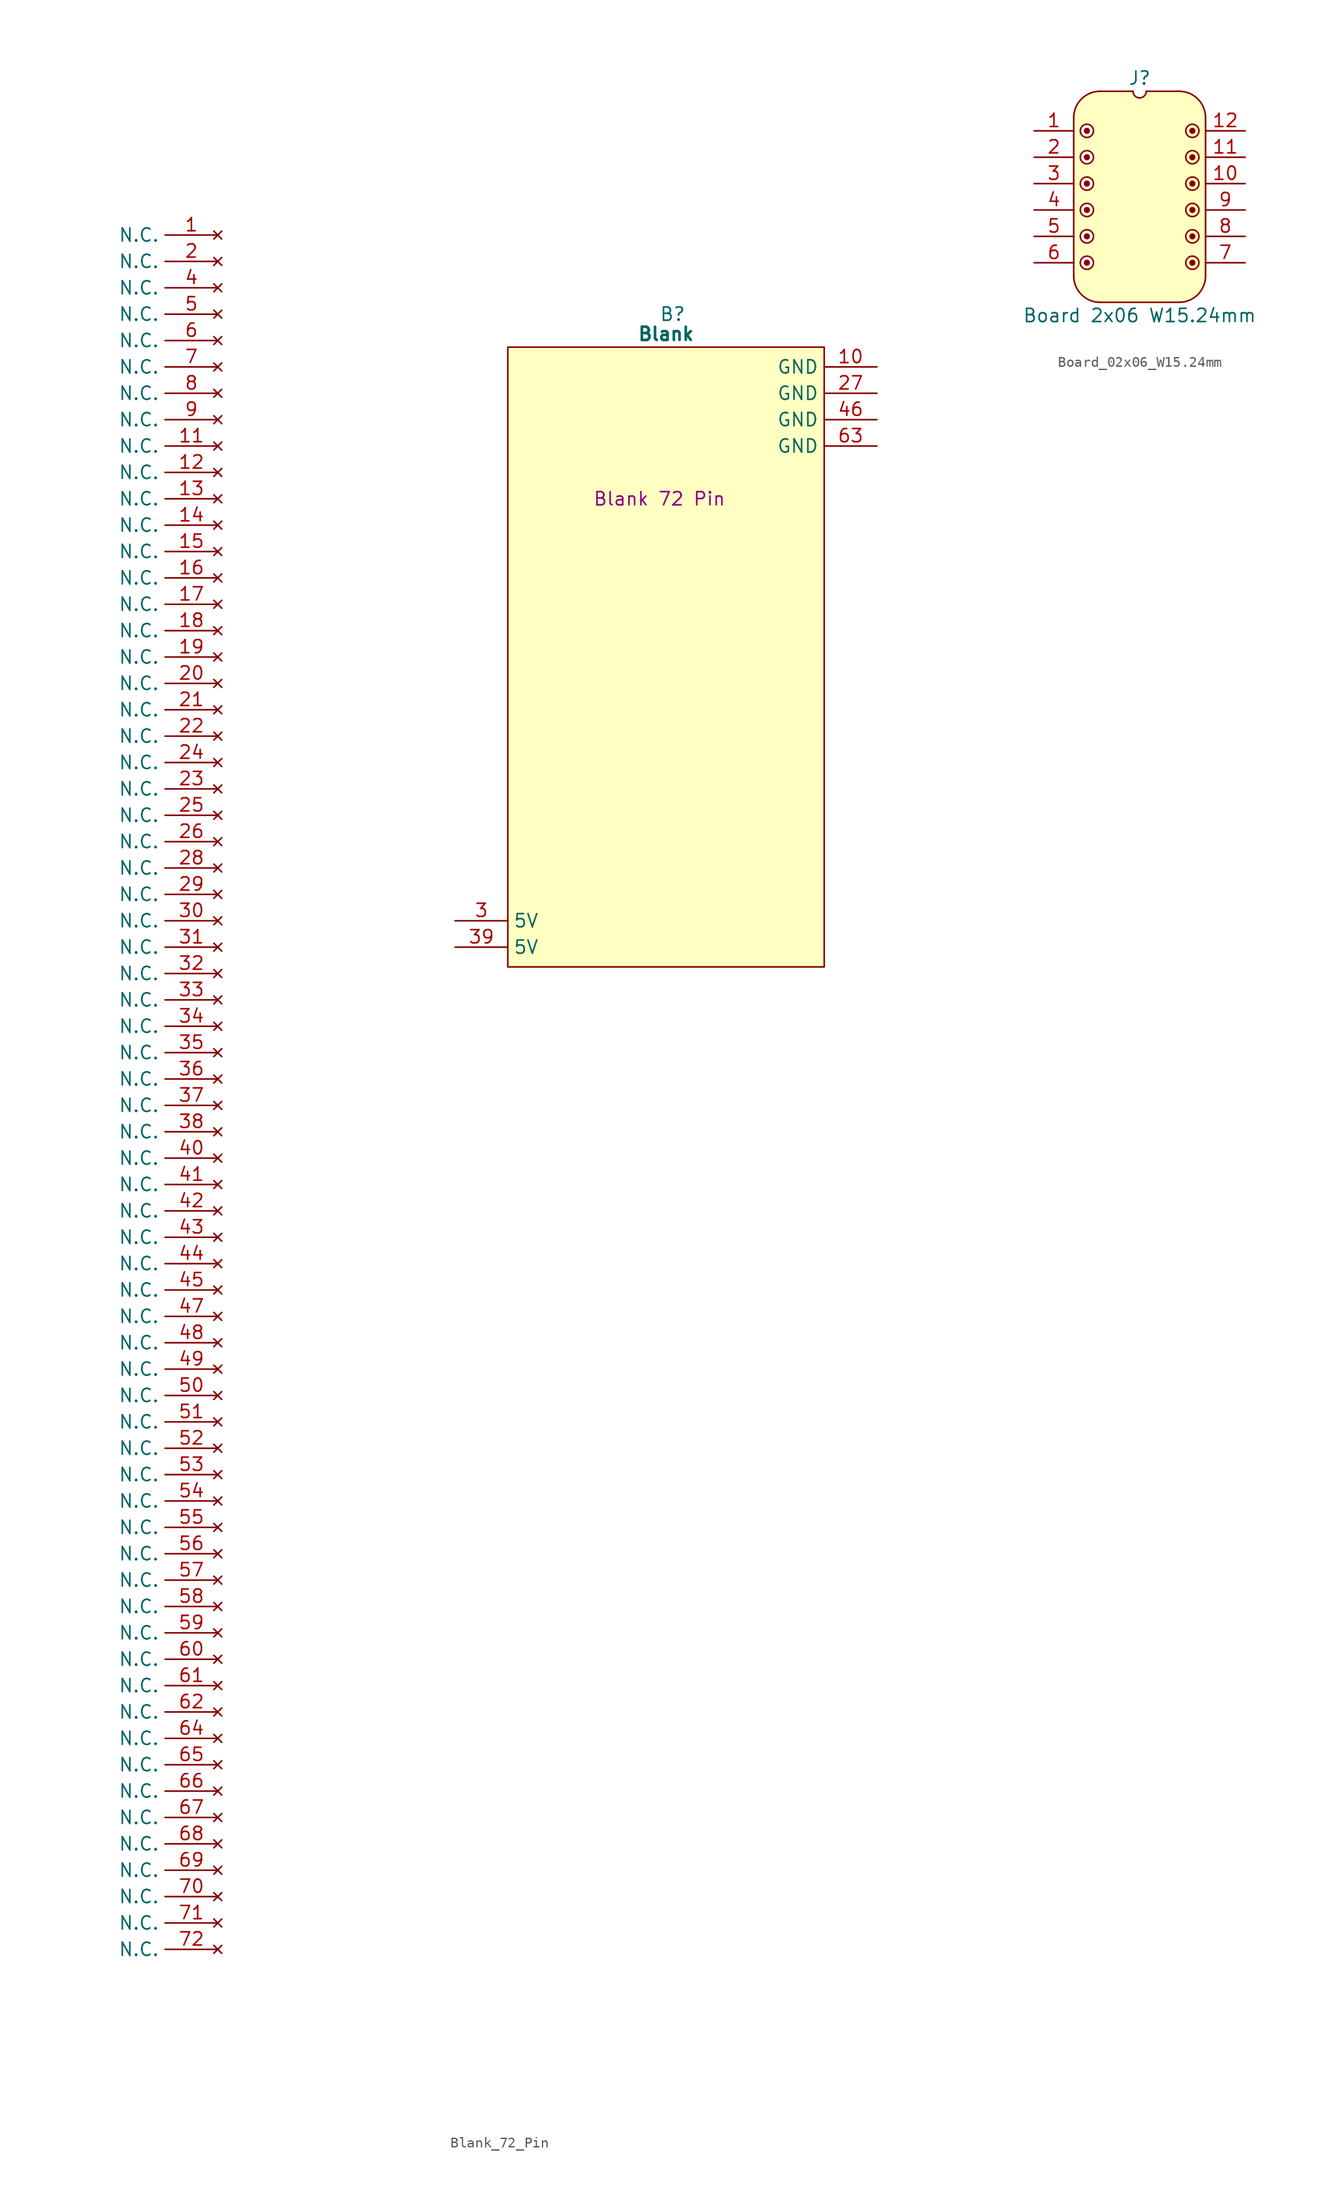
<source format=kicad_sym>
(kicad_symbol_lib
  (version 20241209)
  (generator "kicad_symbol_editor")
  (generator_version "9.0")
  (symbol "Blank_72_Pin"
    (property "Reference" "B"
      (at 15.875 5.08 0)
      (effects (font (size 1.27 1.27))))
    (property "Value" "Blank"
      (at 15.24 3.175 0)
      (effects (font (size 1.27 1.27) (bold yes))))
    (property "Description" "Blank 72 Pin"
      (at 14.605 -12.7 0)
      (effects (font (size 1.27 1.27))))
    (symbol "Blank_72_Pin_0_1"
      (polyline (pts (xy 0 1.905) (xy 30.48 1.905) (xy 30.48 -57.785) (xy 0 -57.785) (xy 0 1.905)) (stroke (width 0.152) (type default)) (fill (type background))))
    (symbol "Blank_72_Pin_1_0"
      (pin no_connect line (at -27.94 -58.42 180) (length 5.08) (name "N.C." (effects (font (size 1.27 1.27)))) (number "32" (effects (font (size 1.27 1.27)))))
      (pin no_connect line (at -27.94 -60.96 180) (length 5.08) (name "N.C." (effects (font (size 1.27 1.27)))) (number "33" (effects (font (size 1.27 1.27)))))
      (pin no_connect line (at -27.94 -63.5 180) (length 5.08) (name "N.C." (effects (font (size 1.27 1.27)))) (number "34" (effects (font (size 1.27 1.27)))))
      (pin no_connect line (at -27.94 -68.58 180) (length 5.08) (name "N.C." (effects (font (size 1.27 1.27)))) (number "36" (effects (font (size 1.27 1.27)))))
      (pin no_connect line (at -27.94 -71.12 180) (length 5.08) (name "N.C." (effects (font (size 1.27 1.27)))) (number "37" (effects (font (size 1.27 1.27)))))
      (pin no_connect line (at -27.94 -73.66 180) (length 5.08) (name "N.C." (effects (font (size 1.27 1.27)))) (number "38" (effects (font (size 1.27 1.27)))))
      (pin no_connect line (at -27.94 -88.9 180) (length 5.08) (name "N.C." (effects (font (size 1.27 1.27)))) (number "45" (effects (font (size 1.27 1.27)))))
      (pin no_connect line (at -27.94 -109.22 180) (length 5.08) (name "N.C." (effects (font (size 1.27 1.27)))) (number "54" (effects (font (size 1.27 1.27)))))
      (pin no_connect line (at -27.94 -114.3 180) (length 5.08) (name "N.C." (effects (font (size 1.27 1.27)))) (number "56" (effects (font (size 1.27 1.27)))))
      (pin no_connect line (at -27.94 -116.84 180) (length 5.08) (name "N.C." (effects (font (size 1.27 1.27)))) (number "57" (effects (font (size 1.27 1.27)))))
      (pin no_connect line (at -27.94 -119.38 180) (length 5.08) (name "N.C." (effects (font (size 1.27 1.27)))) (number "58" (effects (font (size 1.27 1.27)))))
      (pin no_connect line (at -27.94 -121.92 180) (length 5.08) (name "N.C." (effects (font (size 1.27 1.27)))) (number "59" (effects (font (size 1.27 1.27)))))
      (pin no_connect line (at -27.94 -124.46 180) (length 5.08) (name "N.C." (effects (font (size 1.27 1.27)))) (number "60" (effects (font (size 1.27 1.27)))))
      (pin no_connect line (at -27.94 -127 180) (length 5.08) (name "N.C." (effects (font (size 1.27 1.27)))) (number "61" (effects (font (size 1.27 1.27)))))
      (pin no_connect line (at -27.94 -134.62 180) (length 5.08) (name "N.C." (effects (font (size 1.27 1.27)))) (number "65" (effects (font (size 1.27 1.27)))))
      (pin no_connect line (at -27.94 -137.16 180) (length 5.08) (name "N.C." (effects (font (size 1.27 1.27)))) (number "66" (effects (font (size 1.27 1.27)))))
      (pin no_connect line (at -27.94 -139.7 180) (length 5.08) (name "N.C." (effects (font (size 1.27 1.27)))) (number "67" (effects (font (size 1.27 1.27)))))
      (pin no_connect line (at -27.94 -142.24 180) (length 5.08) (name "N.C." (effects (font (size 1.27 1.27)))) (number "68" (effects (font (size 1.27 1.27)))))
      (pin passive line (at -5.08 -55.88 0) (length 5.08) (name "5V" (effects (font (size 1.27 1.27)))) (number "39" (effects (font (size 1.27 1.27))))))
    (symbol "Blank_72_Pin_1_1"
      (pin no_connect line (at -27.94 12.7 180) (length 5.08) (name "N.C." (effects (font (size 1.27 1.27)))) (number "1" (effects (font (size 1.27 1.27)))))
      (pin no_connect line (at -27.94 10.16 180) (length 5.08) (name "N.C." (effects (font (size 1.27 1.27)))) (number "2" (effects (font (size 1.27 1.27)))))
      (pin no_connect line (at -27.94 7.62 180) (length 5.08) (name "N.C." (effects (font (size 1.27 1.27)))) (number "4" (effects (font (size 1.27 1.27)))))
      (pin no_connect line (at -27.94 5.08 180) (length 5.08) (name "N.C." (effects (font (size 1.27 1.27)))) (number "5" (effects (font (size 1.27 1.27)))))
      (pin no_connect line (at -27.94 2.54 180) (length 5.08) (name "N.C." (effects (font (size 1.27 1.27)))) (number "6" (effects (font (size 1.27 1.27)))))
      (pin no_connect line (at -27.94 0 180) (length 5.08) (name "N.C." (effects (font (size 1.27 1.27)))) (number "7" (effects (font (size 1.27 1.27)))))
      (pin no_connect line (at -27.94 -2.54 180) (length 5.08) (name "N.C." (effects (font (size 1.27 1.27)))) (number "8" (effects (font (size 1.27 1.27)))))
      (pin no_connect line (at -27.94 -5.08 180) (length 5.08) (name "N.C." (effects (font (size 1.27 1.27)))) (number "9" (effects (font (size 1.27 1.27)))))
      (pin no_connect line (at -27.94 -7.62 180) (length 5.08) (name "N.C." (effects (font (size 1.27 1.27)))) (number "11" (effects (font (size 1.27 1.27)))))
      (pin no_connect line (at -27.94 -10.16 180) (length 5.08) (name "N.C." (effects (font (size 1.27 1.27)))) (number "12" (effects (font (size 1.27 1.27)))))
      (pin no_connect line (at -27.94 -12.7 180) (length 5.08) (name "N.C." (effects (font (size 1.27 1.27)))) (number "13" (effects (font (size 1.27 1.27)))))
      (pin no_connect line (at -27.94 -15.24 180) (length 5.08) (name "N.C." (effects (font (size 1.27 1.27)))) (number "14" (effects (font (size 1.27 1.27)))))
      (pin no_connect line (at -27.94 -17.78 180) (length 5.08) (name "N.C." (effects (font (size 1.27 1.27)))) (number "15" (effects (font (size 1.27 1.27)))))
      (pin no_connect line (at -27.94 -20.32 180) (length 5.08) (name "N.C." (effects (font (size 1.27 1.27)))) (number "16" (effects (font (size 1.27 1.27)))))
      (pin no_connect line (at -27.94 -22.86 180) (length 5.08) (name "N.C." (effects (font (size 1.27 1.27)))) (number "17" (effects (font (size 1.27 1.27)))))
      (pin no_connect line (at -27.94 -25.4 180) (length 5.08) (name "N.C." (effects (font (size 1.27 1.27)))) (number "18" (effects (font (size 1.27 1.27)))))
      (pin no_connect line (at -27.94 -27.94 180) (length 5.08) (name "N.C." (effects (font (size 1.27 1.27)))) (number "19" (effects (font (size 1.27 1.27)))))
      (pin no_connect line (at -27.94 -30.48 180) (length 5.08) (name "N.C." (effects (font (size 1.27 1.27)))) (number "20" (effects (font (size 1.27 1.27)))))
      (pin no_connect line (at -27.94 -33.02 180) (length 5.08) (name "N.C." (effects (font (size 1.27 1.27)))) (number "21" (effects (font (size 1.27 1.27)))))
      (pin no_connect line (at -27.94 -35.56 180) (length 5.08) (name "N.C." (effects (font (size 1.27 1.27)))) (number "22" (effects (font (size 1.27 1.27)))))
      (pin no_connect line (at -27.94 -38.1 180) (length 5.08) (name "N.C." (effects (font (size 1.27 1.27)))) (number "24" (effects (font (size 1.27 1.27)))))
      (pin no_connect line (at -27.94 -40.64 180) (length 5.08) (name "N.C." (effects (font (size 1.27 1.27)))) (number "23" (effects (font (size 1.27 1.27)))))
      (pin no_connect line (at -27.94 -43.18 180) (length 5.08) (name "N.C." (effects (font (size 1.27 1.27)))) (number "25" (effects (font (size 1.27 1.27)))))
      (pin no_connect line (at -27.94 -45.72 180) (length 5.08) (name "N.C." (effects (font (size 1.27 1.27)))) (number "26" (effects (font (size 1.27 1.27)))))
      (pin no_connect line (at -27.94 -48.26 180) (length 5.08) (name "N.C." (effects (font (size 1.27 1.27)))) (number "28" (effects (font (size 1.27 1.27)))))
      (pin no_connect line (at -27.94 -50.8 180) (length 5.08) (name "N.C." (effects (font (size 1.27 1.27)))) (number "29" (effects (font (size 1.27 1.27)))))
      (pin no_connect line (at -27.94 -53.34 180) (length 5.08) (name "N.C." (effects (font (size 1.27 1.27)))) (number "30" (effects (font (size 1.27 1.27)))))
      (pin no_connect line (at -27.94 -55.88 180) (length 5.08) (name "N.C." (effects (font (size 1.27 1.27)))) (number "31" (effects (font (size 1.27 1.27)))))
      (pin no_connect line (at -27.94 -66.04 180) (length 5.08) (name "N.C." (effects (font (size 1.27 1.27)))) (number "35" (effects (font (size 1.27 1.27)))))
      (pin no_connect line (at -27.94 -76.2 180) (length 5.08) (name "N.C." (effects (font (size 1.27 1.27)))) (number "40" (effects (font (size 1.27 1.27)))))
      (pin no_connect line (at -27.94 -78.74 180) (length 5.08) (name "N.C." (effects (font (size 1.27 1.27)))) (number "41" (effects (font (size 1.27 1.27)))))
      (pin no_connect line (at -27.94 -81.28 180) (length 5.08) (name "N.C." (effects (font (size 1.27 1.27)))) (number "42" (effects (font (size 1.27 1.27)))))
      (pin no_connect line (at -27.94 -83.82 180) (length 5.08) (name "N.C." (effects (font (size 1.27 1.27)))) (number "43" (effects (font (size 1.27 1.27)))))
      (pin no_connect line (at -27.94 -86.36 180) (length 5.08) (name "N.C." (effects (font (size 1.27 1.27)))) (number "44" (effects (font (size 1.27 1.27)))))
      (pin no_connect line (at -27.94 -91.44 180) (length 5.08) (name "N.C." (effects (font (size 1.27 1.27)))) (number "47" (effects (font (size 1.27 1.27)))))
      (pin no_connect line (at -27.94 -93.98 180) (length 5.08) (name "N.C." (effects (font (size 1.27 1.27)))) (number "48" (effects (font (size 1.27 1.27)))))
      (pin no_connect line (at -27.94 -96.52 180) (length 5.08) (name "N.C." (effects (font (size 1.27 1.27)))) (number "49" (effects (font (size 1.27 1.27)))))
      (pin no_connect line (at -27.94 -99.06 180) (length 5.08) (name "N.C." (effects (font (size 1.27 1.27)))) (number "50" (effects (font (size 1.27 1.27)))))
      (pin no_connect line (at -27.94 -101.6 180) (length 5.08) (name "N.C." (effects (font (size 1.27 1.27)))) (number "51" (effects (font (size 1.27 1.27)))))
      (pin no_connect line (at -27.94 -104.14 180) (length 5.08) (name "N.C." (effects (font (size 1.27 1.27)))) (number "52" (effects (font (size 1.27 1.27)))))
      (pin no_connect line (at -27.94 -106.68 180) (length 5.08) (name "N.C." (effects (font (size 1.27 1.27)))) (number "53" (effects (font (size 1.27 1.27)))))
      (pin no_connect line (at -27.94 -111.76 180) (length 5.08) (name "N.C." (effects (font (size 1.27 1.27)))) (number "55" (effects (font (size 1.27 1.27)))))
      (pin no_connect line (at -27.94 -129.54 180) (length 5.08) (name "N.C." (effects (font (size 1.27 1.27)))) (number "62" (effects (font (size 1.27 1.27)))))
      (pin no_connect line (at -27.94 -132.08 180) (length 5.08) (name "N.C." (effects (font (size 1.27 1.27)))) (number "64" (effects (font (size 1.27 1.27)))))
      (pin no_connect line (at -27.94 -144.78 180) (length 5.08) (name "N.C." (effects (font (size 1.27 1.27)))) (number "69" (effects (font (size 1.27 1.27)))))
      (pin no_connect line (at -27.94 -147.32 180) (length 5.08) (name "N.C." (effects (font (size 1.27 1.27)))) (number "70" (effects (font (size 1.27 1.27)))))
      (pin no_connect line (at -27.94 -149.86 180) (length 5.08) (name "N.C." (effects (font (size 1.27 1.27)))) (number "71" (effects (font (size 1.27 1.27)))))
      (pin no_connect line (at -27.94 -152.4 180) (length 5.08) (name "N.C." (effects (font (size 1.27 1.27)))) (number "72" (effects (font (size 1.27 1.27)))))
      (pin passive line (at -5.08 -53.34 0) (length 5.08) (name "5V" (effects (font (size 1.27 1.27)))) (number "3" (effects (font (size 1.27 1.27)))))
      (pin passive line (at 35.56 0 180) (length 5.08) (name "GND" (effects (font (size 1.27 1.27)))) (number "10" (effects (font (size 1.27 1.27)))))
      (pin passive line (at 35.56 -2.54 180) (length 5.08) (name "GND" (effects (font (size 1.27 1.27)))) (number "27" (effects (font (size 1.27 1.27)))))
      (pin passive line (at 35.56 -5.08 180) (length 5.08) (name "GND" (effects (font (size 1.27 1.27)))) (number "46" (effects (font (size 1.27 1.27)))))
      (pin passive line (at 35.56 -7.62 180) (length 5.08) (name "GND" (effects (font (size 1.27 1.27)))) (number "63" (effects (font (size 1.27 1.27)))))))
  (symbol "Board_02x06_W15.24mm"
    (pin_names
      (offset 1.016)
      (hide yes))
    (property "Reference" "J"
      (at 0 5.08 0)
      (effects (font (size 1.27 1.27))))
    (property "Value" "Board 2x06 W15.24mm"
      (at 0 -17.78 0)
      (effects (font (size 1.27 1.27))))
    (symbol "Board_02x06_W15.24mm_0_1"
      (polyline (pts (xy -6.35 1.27) (xy -6.35 -13.97)) (stroke (width 0) (type default)) (fill (type none)))
      (arc (start -3.8102 -16.5098) (mid -5.6063 -15.7659) (end -6.3502 -13.9698) (stroke (width 0) (type default)) (fill (type none)))
      (arc (start -6.35 1.27) (mid -5.6061 3.0661) (end -3.81 3.81) (stroke (width 0) (type default)) (fill (type none)))
      (polyline (pts (xy -3.81 3.81) (xy -0.635 3.81)) (stroke (width 0) (type default)) (fill (type none)))
      (arc (start 0.635 3.81) (mid 0 3.175) (end -0.635 3.81) (stroke (width 0) (type default)) (fill (type none)))
      (polyline (pts (xy 0.635 3.81) (xy 3.81 3.81)) (stroke (width 0) (type default)) (fill (type none)))
      (polyline (pts (xy 3.81 -16.51) (xy -3.81 -16.51)) (stroke (width 0) (type default)) (fill (type none)))
      (arc (start 3.81 3.81) (mid 5.6061 3.0661) (end 6.35 1.27) (stroke (width 0) (type default)) (fill (type none)))
      (arc (start 6.3498 -13.9698) (mid 5.6059 -15.7659) (end 3.8098 -16.5098) (stroke (width 0) (type default)) (fill (type none)))
      (polyline (pts (xy 6.35 -13.97) (xy 6.35 1.27)) (stroke (width 0) (type default)) (fill (type none))))
    (symbol "Board_02x06_W15.24mm_1_1"
      (polyline (pts (xy -6.35 1.27) (xy -6.096 2.286) (xy -5.588 3.048) (xy -4.826 3.556) (xy -4.064 3.81) (xy -0.762 3.81) (xy -0.508 3.302) (xy 0 3.048) (xy 0 -16.51) (xy -3.81 -16.51) (xy -4.826 -16.256) (xy -5.588 -15.748) (xy -6.096 -14.986) (xy -6.35 -13.97) (xy -6.35 1.27)) (stroke (width -0.0001) (type solid)) (fill (type background)))
      (circle (center -5.08 0) (radius 0.0001) (stroke (width 0.3) (type solid)) (fill (type none)))
      (circle (center -5.08 0) (radius 0.635) (stroke (width 0) (type solid)) (fill (type color) (color 255 255 255 1)))
      (circle (center -5.08 -2.54) (radius 0.0001) (stroke (width 0.3) (type solid)) (fill (type none)))
      (circle (center -5.08 -2.54) (radius 0.635) (stroke (width 0) (type solid)) (fill (type color) (color 255 255 255 1)))
      (circle (center -5.08 -5.08) (radius 0.0001) (stroke (width 0.3) (type solid)) (fill (type none)))
      (circle (center -5.08 -5.08) (radius 0.635) (stroke (width 0) (type solid)) (fill (type color) (color 255 255 255 1)))
      (circle (center -5.08 -7.62) (radius 0.0001) (stroke (width 0.3) (type solid)) (fill (type none)))
      (circle (center -5.08 -7.62) (radius 0.635) (stroke (width 0) (type solid)) (fill (type color) (color 255 255 255 1)))
      (circle (center -5.08 -10.16) (radius 0.0001) (stroke (width 0.3) (type solid)) (fill (type none)))
      (circle (center -5.08 -10.16) (radius 0.635) (stroke (width 0) (type solid)) (fill (type color) (color 255 255 255 1)))
      (circle (center -5.08 -12.7) (radius 0.0001) (stroke (width 0.3) (type solid)) (fill (type none)))
      (circle (center -5.08 -12.7) (radius 0.635) (stroke (width 0) (type solid)) (fill (type color) (color 255 255 255 1)))
      (circle (center 5.08 0) (radius 0.0001) (stroke (width 0.3) (type solid)) (fill (type none)))
      (circle (center 5.08 0) (radius 0.635) (stroke (width 0) (type solid)) (fill (type color) (color 255 255 255 1)))
      (circle (center 5.08 -2.54) (radius 0.0001) (stroke (width 0.3) (type solid)) (fill (type none)))
      (circle (center 5.08 -2.54) (radius 0.635) (stroke (width 0) (type solid)) (fill (type color) (color 255 255 255 1)))
      (circle (center 5.08 -5.08) (radius 0.0001) (stroke (width 0.3) (type solid)) (fill (type none)))
      (circle (center 5.08 -5.08) (radius 0.635) (stroke (width 0) (type solid)) (fill (type color) (color 255 255 255 1)))
      (circle (center 5.08 -7.62) (radius 0.0001) (stroke (width 0.3) (type solid)) (fill (type none)))
      (circle (center 5.08 -7.62) (radius 0.635) (stroke (width 0) (type solid)) (fill (type color) (color 255 255 255 1)))
      (circle (center 5.08 -10.16) (radius 0.0001) (stroke (width 0.3) (type solid)) (fill (type none)))
      (circle (center 5.08 -10.16) (radius 0.635) (stroke (width 0) (type solid)) (fill (type color) (color 255 255 255 1)))
      (circle (center 5.08 -12.7) (radius 0.0001) (stroke (width 0.3) (type solid)) (fill (type none)))
      (circle (center 5.08 -12.7) (radius 0.635) (stroke (width 0) (type solid)) (fill (type color) (color 255 255 255 1)))
      (polyline (pts (xy 6.35 1.27) (xy 6.096 2.286) (xy 5.588 3.048) (xy 4.826 3.556) (xy 4.064 3.81) (xy 0.762 3.81) (xy 0.508 3.302) (xy 0 3.048) (xy 0 -16.51) (xy 3.81 -16.51) (xy 4.826 -16.256) (xy 5.588 -15.748) (xy 6.096 -14.986) (xy 6.35 -13.97) (xy 6.35 1.27)) (stroke (width -0.0001) (type solid)) (fill (type background)))
      (pin passive line (at -10.16 0 0) (length 3.81) (name "" (effects (font (size 1.27 1.27)))) (number "1" (effects (font (size 1.27 1.27)))))
      (pin passive line (at -10.16 -2.54 0) (length 3.81) (name "" (effects (font (size 1.27 1.27)))) (number "2" (effects (font (size 1.27 1.27)))))
      (pin passive line (at -10.16 -5.08 0) (length 3.81) (name "" (effects (font (size 1.27 1.27)))) (number "3" (effects (font (size 1.27 1.27)))))
      (pin passive line (at -10.16 -7.62 0) (length 3.81) (name "" (effects (font (size 1.27 1.27)))) (number "4" (effects (font (size 1.27 1.27)))))
      (pin passive line (at -10.16 -10.16 0) (length 3.81) (name "" (effects (font (size 1.27 1.27)))) (number "5" (effects (font (size 1.27 1.27)))))
      (pin passive line (at -10.16 -12.7 0) (length 3.81) (name "" (effects (font (size 1.27 1.27)))) (number "6" (effects (font (size 1.27 1.27)))))
      (pin passive line (at 10.16 0 180) (length 3.81) (name "" (effects (font (size 1.27 1.27)))) (number "12" (effects (font (size 1.27 1.27)))))
      (pin passive line (at 10.16 -2.54 180) (length 3.81) (name "" (effects (font (size 1.27 1.27)))) (number "11" (effects (font (size 1.27 1.27)))))
      (pin passive line (at 10.16 -5.08 180) (length 3.81) (name "" (effects (font (size 1.27 1.27)))) (number "10" (effects (font (size 1.27 1.27)))))
      (pin passive line (at 10.16 -7.62 180) (length 3.81) (name "" (effects (font (size 1.27 1.27)))) (number "9" (effects (font (size 1.27 1.27)))))
      (pin passive line (at 10.16 -10.16 180) (length 3.81) (name "" (effects (font (size 1.27 1.27)))) (number "8" (effects (font (size 1.27 1.27)))))
      (pin passive line (at 10.16 -12.7 180) (length 3.81) (name "" (effects (font (size 1.27 1.27)))) (number "7" (effects (font (size 1.27 1.27))))))))
</source>
